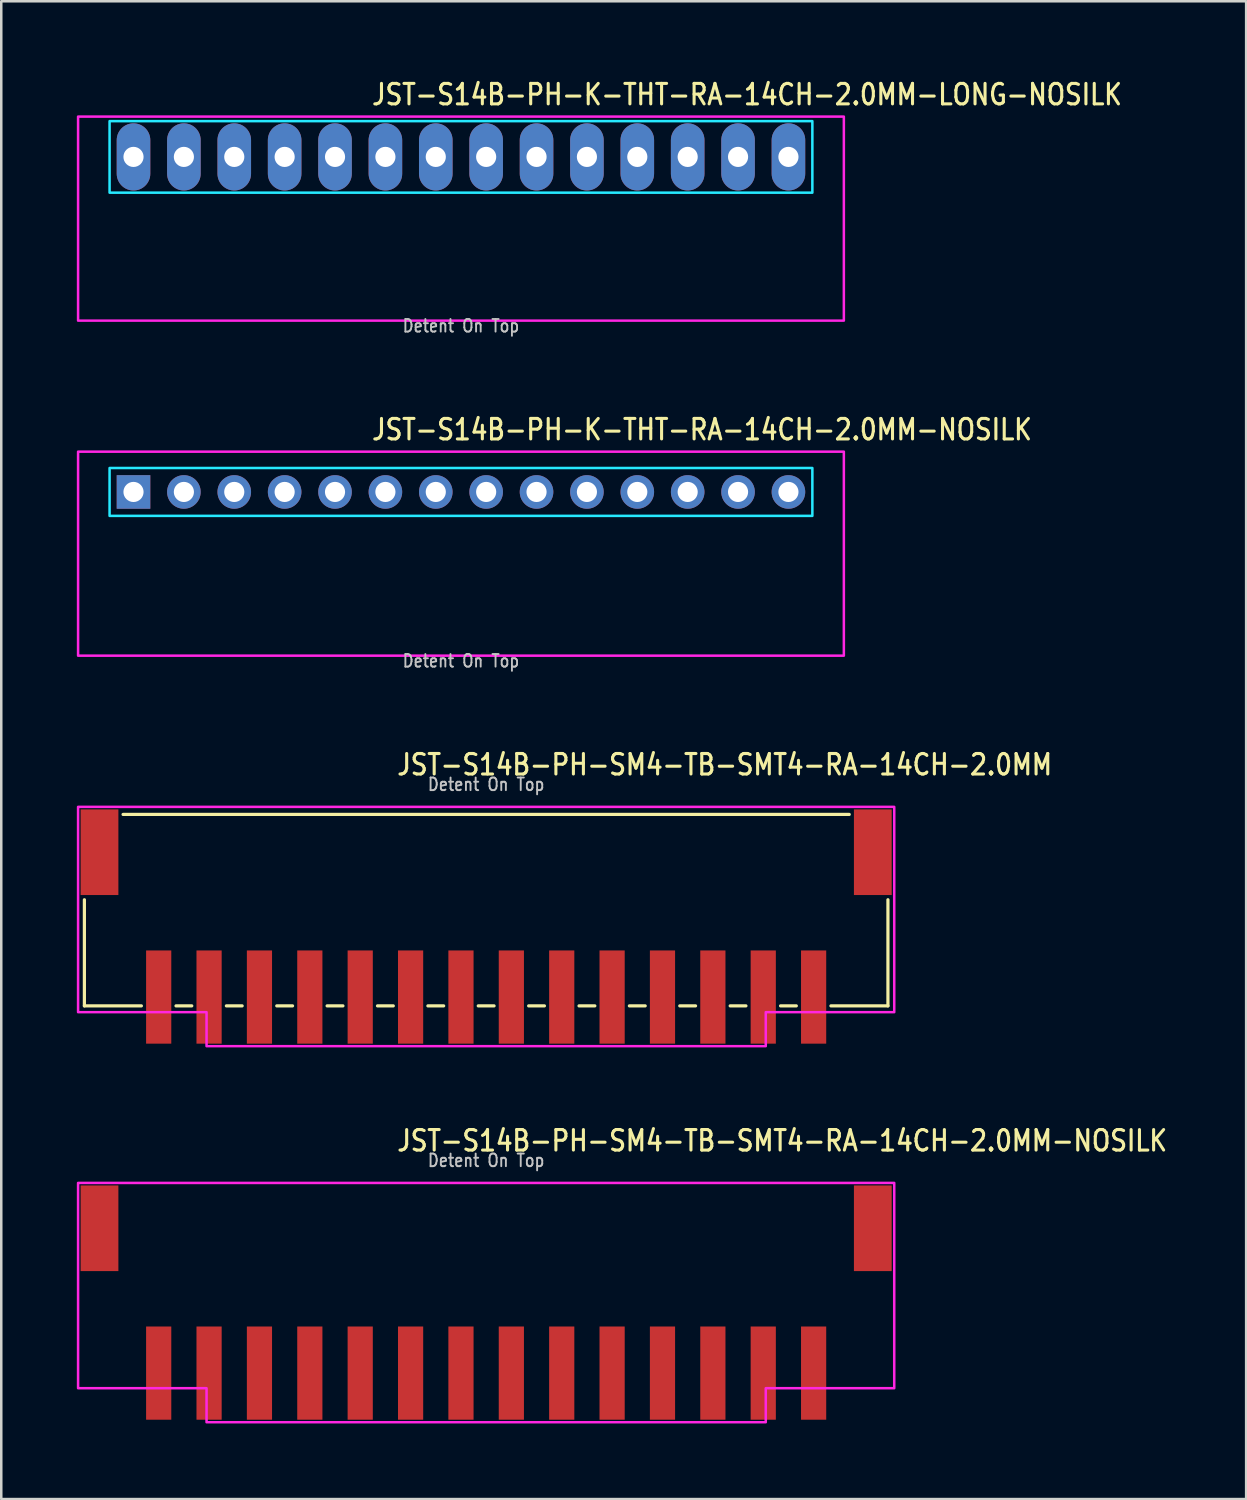
<source format=kicad_pcb>
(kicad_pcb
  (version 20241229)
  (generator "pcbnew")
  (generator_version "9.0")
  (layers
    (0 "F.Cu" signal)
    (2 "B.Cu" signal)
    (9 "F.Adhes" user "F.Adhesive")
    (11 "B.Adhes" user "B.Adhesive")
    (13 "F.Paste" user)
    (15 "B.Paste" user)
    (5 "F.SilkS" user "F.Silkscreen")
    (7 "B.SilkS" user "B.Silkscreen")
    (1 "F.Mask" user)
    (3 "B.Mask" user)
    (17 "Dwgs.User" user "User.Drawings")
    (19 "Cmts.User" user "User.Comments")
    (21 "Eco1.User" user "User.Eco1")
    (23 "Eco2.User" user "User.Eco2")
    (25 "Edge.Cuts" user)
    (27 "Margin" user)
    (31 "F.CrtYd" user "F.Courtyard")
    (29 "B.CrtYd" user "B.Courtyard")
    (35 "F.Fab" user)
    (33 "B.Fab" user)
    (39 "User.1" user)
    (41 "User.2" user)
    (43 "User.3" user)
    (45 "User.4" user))
  (footprint "JST-S14B-PH-K-THT-RA-14CH-2.0MM-NOSILK"
    (layer "F.Cu")
    (at 15.25 16.48)
    (property "Reference" "JST-S14B-PH-K-THT-RA-14CH-2.0MM-NOSILK" (at -3.6 -2 0) (unlocked yes) (layer "F.SilkS") (effects (font (size 0.813 0.695) (thickness 0.122)) (justify left bottom)))
    (fp_poly (pts (xy -13.95 -0.95) (xy -13.95 0.95) (xy 13.95 0.95) (xy 13.95 -0.95)) (stroke (width 0.1) (type solid)) (fill no) (layer "B.CrtYd"))
    (fp_poly (pts (xy -15.2 -1.6) (xy -15.2 6.5) (xy 15.2 6.5) (xy 15.2 -1.6)) (stroke (width 0.1) (type solid)) (fill no) (layer "F.CrtYd"))
    (fp_text user "Detent On Top" (at 0 7 0) (unlocked yes) (layer "Dwgs.User") (effects (font (size 0.5 0.427) (thickness 0.075)) (justify bottom)))
    (pad "P$1" thru_hole rect (at -13 0) (size 1.333 1.333) (drill 0.8) (layers "*.Cu" "*.Mask"))
    (pad "P$2" thru_hole oval (at -11 0) (size 1.333 1.333) (drill 0.8) (layers "*.Cu" "*.Mask"))
    (pad "P$3" thru_hole oval (at -9 0) (size 1.333 1.333) (drill 0.8) (layers "*.Cu" "*.Mask"))
    (pad "P$4" thru_hole oval (at -7 0) (size 1.333 1.333) (drill 0.8) (layers "*.Cu" "*.Mask"))
    (pad "P$5" thru_hole oval (at -5 0) (size 1.333 1.333) (drill 0.8) (layers "*.Cu" "*.Mask"))
    (pad "P$6" thru_hole oval (at -3 0) (size 1.333 1.333) (drill 0.8) (layers "*.Cu" "*.Mask"))
    (pad "P$7" thru_hole oval (at -1 0) (size 1.333 1.333) (drill 0.8) (layers "*.Cu" "*.Mask"))
    (pad "P$8" thru_hole oval (at 1 0) (size 1.333 1.333) (drill 0.8) (layers "*.Cu" "*.Mask"))
    (pad "P$9" thru_hole oval (at 3 0) (size 1.333 1.333) (drill 0.8) (layers "*.Cu" "*.Mask"))
    (pad "P$10" thru_hole oval (at 5 0) (size 1.333 1.333) (drill 0.8) (layers "*.Cu" "*.Mask"))
    (pad "P$11" thru_hole oval (at 7 0) (size 1.333 1.333) (drill 0.8) (layers "*.Cu" "*.Mask"))
    (pad "P$12" thru_hole oval (at 9 0) (size 1.333 1.333) (drill 0.8) (layers "*.Cu" "*.Mask"))
    (pad "P$13" thru_hole oval (at 11 0) (size 1.333 1.333) (drill 0.8) (layers "*.Cu" "*.Mask"))
    (pad "P$14" thru_hole oval (at 13 0) (size 1.333 1.333) (drill 0.8) (layers "*.Cu" "*.Mask")))
  (footprint "JST-S14B-PH-SM4-TB-SMT4-RA-14CH-2.0MM-NOSILK"
    (layer "F.Cu")
    (at 16.25 45.711)
    (property "Reference" "JST-S14B-PH-SM4-TB-SMT4-RA-14CH-2.0MM-NOSILK" (at -3.6 -3 0) (unlocked yes) (layer "F.SilkS") (effects (font (size 0.813 0.695) (thickness 0.122)) (justify left bottom)))
    (fp_poly (pts (xy -16.2 -1.8) (xy -16.2 6.35) (xy -11.1 6.35) (xy -11.1 7.7) (xy 11.1 7.7) (xy 11.1 6.35) (xy 16.2 6.35) (xy 16.2 -1.8)) (stroke (width 0.1) (type solid)) (fill no) (layer "F.CrtYd"))
    (fp_text user "Detent On Top" (at 0 -2.4 0) (unlocked yes) (layer "Dwgs.User") (effects (font (size 0.5 0.427) (thickness 0.075)) (justify bottom)))
    (pad "P$1" smd rect (at 13 5.75) (size 1 3.7) (layers "F.Cu" "F.Mask" "F.Paste"))
    (pad "P$2" smd rect (at 11 5.75) (size 1 3.7) (layers "F.Cu" "F.Mask" "F.Paste"))
    (pad "P$3" smd rect (at 9 5.75) (size 1 3.7) (layers "F.Cu" "F.Mask" "F.Paste"))
    (pad "P$4" smd rect (at 7 5.75) (size 1 3.7) (layers "F.Cu" "F.Mask" "F.Paste"))
    (pad "P$5" smd rect (at 5 5.75) (size 1 3.7) (layers "F.Cu" "F.Mask" "F.Paste"))
    (pad "P$6" smd rect (at 3 5.75) (size 1 3.7) (layers "F.Cu" "F.Mask" "F.Paste"))
    (pad "P$7" smd rect (at 1 5.75) (size 1 3.7) (layers "F.Cu" "F.Mask" "F.Paste"))
    (pad "P$8" smd rect (at -1 5.75) (size 1 3.7) (layers "F.Cu" "F.Mask" "F.Paste"))
    (pad "P$9" smd rect (at -3 5.75) (size 1 3.7) (layers "F.Cu" "F.Mask" "F.Paste"))
    (pad "P$10" smd rect (at -5 5.75) (size 1 3.7) (layers "F.Cu" "F.Mask" "F.Paste"))
    (pad "P$11" smd rect (at -7 5.75) (size 1 3.7) (layers "F.Cu" "F.Mask" "F.Paste"))
    (pad "P$12" smd rect (at -9 5.75) (size 1 3.7) (layers "F.Cu" "F.Mask" "F.Paste"))
    (pad "P$13" smd rect (at -11 5.75) (size 1 3.7) (layers "F.Cu" "F.Mask" "F.Paste"))
    (pad "P$14" smd rect (at -13 5.75) (size 1 3.7) (layers "F.Cu" "F.Mask" "F.Paste"))
    (pad "S$1" smd rect (at -15.35 0) (size 1.5 3.4) (layers "F.Cu" "F.Mask" "F.Paste"))
    (pad "S$2" smd rect (at 15.35 0) (size 1.5 3.4) (layers "F.Cu" "F.Mask" "F.Paste")))
  (footprint "JST-S14B-PH-K-THT-RA-14CH-2.0MM-LONG-NOSILK"
    (layer "F.Cu")
    (at 15.25 3.179)
    (property "Reference" "JST-S14B-PH-K-THT-RA-14CH-2.0MM-LONG-NOSILK" (at -3.6 -2 0) (unlocked yes) (layer "F.SilkS") (effects (font (size 0.813 0.695) (thickness 0.122)) (justify left bottom)))
    (fp_poly (pts (xy -13.95 -1.42) (xy -13.95 1.42) (xy 13.95 1.42) (xy 13.95 -1.42)) (stroke (width 0.1) (type solid)) (fill no) (layer "B.CrtYd"))
    (fp_poly (pts (xy -15.2 -1.6) (xy -15.2 6.5) (xy 15.2 6.5) (xy 15.2 -1.6)) (stroke (width 0.1) (type solid)) (fill no) (layer "F.CrtYd"))
    (fp_text user "Detent On Top" (at 0 7 0) (unlocked yes) (layer "Dwgs.User") (effects (font (size 0.5 0.427) (thickness 0.075)) (justify bottom)))
    (pad "P$1" thru_hole oval (at -13 0 90) (size 2.667 1.333) (drill 0.8) (layers "*.Cu" "*.Mask"))
    (pad "P$2" thru_hole oval (at -11 0 90) (size 2.667 1.333) (drill 0.8) (layers "*.Cu" "*.Mask"))
    (pad "P$3" thru_hole oval (at -9 0 90) (size 2.667 1.333) (drill 0.8) (layers "*.Cu" "*.Mask"))
    (pad "P$4" thru_hole oval (at -7 0 90) (size 2.667 1.333) (drill 0.8) (layers "*.Cu" "*.Mask"))
    (pad "P$5" thru_hole oval (at -5 0 90) (size 2.667 1.333) (drill 0.8) (layers "*.Cu" "*.Mask"))
    (pad "P$6" thru_hole oval (at -3 0 90) (size 2.667 1.333) (drill 0.8) (layers "*.Cu" "*.Mask"))
    (pad "P$7" thru_hole oval (at -1 0 90) (size 2.667 1.333) (drill 0.8) (layers "*.Cu" "*.Mask"))
    (pad "P$8" thru_hole oval (at 1 0 90) (size 2.667 1.333) (drill 0.8) (layers "*.Cu" "*.Mask"))
    (pad "P$9" thru_hole oval (at 3 0 90) (size 2.667 1.333) (drill 0.8) (layers "*.Cu" "*.Mask"))
    (pad "P$10" thru_hole oval (at 5 0 90) (size 2.667 1.333) (drill 0.8) (layers "*.Cu" "*.Mask"))
    (pad "P$11" thru_hole oval (at 7 0 90) (size 2.667 1.333) (drill 0.8) (layers "*.Cu" "*.Mask"))
    (pad "P$12" thru_hole oval (at 9 0 90) (size 2.667 1.333) (drill 0.8) (layers "*.Cu" "*.Mask"))
    (pad "P$13" thru_hole oval (at 11 0 90) (size 2.667 1.333) (drill 0.8) (layers "*.Cu" "*.Mask"))
    (pad "P$14" thru_hole oval (at 13 0 90) (size 2.667 1.333) (drill 0.8) (layers "*.Cu" "*.Mask")))
  (footprint "JST-S14B-PH-SM4-TB-SMT4-RA-14CH-2.0MM"
    (layer "F.Cu")
    (at 16.25 30.782)
    (property "Reference" "JST-S14B-PH-SM4-TB-SMT4-RA-14CH-2.0MM" (at -3.6 -3 0) (unlocked yes) (layer "F.SilkS") (effects (font (size 0.813 0.695) (thickness 0.122)) (justify left bottom)))
    (fp_line (start -15.95 6.1) (end -15.95 1.887) (stroke (width 0.127) (type solid)) (layer "F.SilkS"))
    (fp_line (start -15.95 6.1) (end -13.687 6.1) (stroke (width 0.127) (type solid)) (layer "F.SilkS"))
    (fp_line (start -14.414 -1.5) (end 14.414 -1.5) (stroke (width 0.127) (type solid)) (layer "F.SilkS"))
    (fp_line (start -12.313 6.1) (end -11.687 6.1) (stroke (width 0.127) (type solid)) (layer "F.SilkS"))
    (fp_line (start -10.313 6.1) (end -9.687 6.1) (stroke (width 0.127) (type solid)) (layer "F.SilkS"))
    (fp_line (start -8.313 6.1) (end -7.686 6.1) (stroke (width 0.127) (type solid)) (layer "F.SilkS"))
    (fp_line (start -6.314 6.1) (end -5.686 6.1) (stroke (width 0.127) (type solid)) (layer "F.SilkS"))
    (fp_line (start -4.314 6.1) (end -3.687 6.1) (stroke (width 0.127) (type solid)) (layer "F.SilkS"))
    (fp_line (start -2.313 6.1) (end -1.687 6.1) (stroke (width 0.127) (type solid)) (layer "F.SilkS"))
    (fp_line (start -0.314 6.1) (end 0.314 6.1) (stroke (width 0.127) (type solid)) (layer "F.SilkS"))
    (fp_line (start 1.687 6.1) (end 2.313 6.1) (stroke (width 0.127) (type solid)) (layer "F.SilkS"))
    (fp_line (start 3.687 6.1) (end 4.314 6.1) (stroke (width 0.127) (type solid)) (layer "F.SilkS"))
    (fp_line (start 5.686 6.1) (end 6.314 6.1) (stroke (width 0.127) (type solid)) (layer "F.SilkS"))
    (fp_line (start 7.686 6.1) (end 8.313 6.1) (stroke (width 0.127) (type solid)) (layer "F.SilkS"))
    (fp_line (start 9.687 6.1) (end 10.313 6.1) (stroke (width 0.127) (type solid)) (layer "F.SilkS"))
    (fp_line (start 11.687 6.1) (end 12.313 6.1) (stroke (width 0.127) (type solid)) (layer "F.SilkS"))
    (fp_line (start 13.687 6.1) (end 15.95 6.1) (stroke (width 0.127) (type solid)) (layer "F.SilkS"))
    (fp_line (start 15.95 1.887) (end 15.95 6.1) (stroke (width 0.127) (type solid)) (layer "F.SilkS"))
    (fp_poly (pts (xy -16.2 -1.8) (xy -16.2 6.35) (xy -11.1 6.35) (xy -11.1 7.7) (xy 11.1 7.7) (xy 11.1 6.35) (xy 16.2 6.35) (xy 16.2 -1.8)) (stroke (width 0.1) (type solid)) (fill no) (layer "F.CrtYd"))
    (fp_text user "Detent On Top" (at 0 -2.4 0) (unlocked yes) (layer "Dwgs.User") (effects (font (size 0.5 0.427) (thickness 0.075)) (justify bottom)))
    (pad "P$1" smd rect (at 13 5.75) (size 1 3.7) (layers "F.Cu" "F.Mask" "F.Paste"))
    (pad "P$2" smd rect (at 11 5.75) (size 1 3.7) (layers "F.Cu" "F.Mask" "F.Paste"))
    (pad "P$3" smd rect (at 9 5.75) (size 1 3.7) (layers "F.Cu" "F.Mask" "F.Paste"))
    (pad "P$4" smd rect (at 7 5.75) (size 1 3.7) (layers "F.Cu" "F.Mask" "F.Paste"))
    (pad "P$5" smd rect (at 5 5.75) (size 1 3.7) (layers "F.Cu" "F.Mask" "F.Paste"))
    (pad "P$6" smd rect (at 3 5.75) (size 1 3.7) (layers "F.Cu" "F.Mask" "F.Paste"))
    (pad "P$7" smd rect (at 1 5.75) (size 1 3.7) (layers "F.Cu" "F.Mask" "F.Paste"))
    (pad "P$8" smd rect (at -1 5.75) (size 1 3.7) (layers "F.Cu" "F.Mask" "F.Paste"))
    (pad "P$9" smd rect (at -3 5.75) (size 1 3.7) (layers "F.Cu" "F.Mask" "F.Paste"))
    (pad "P$10" smd rect (at -5 5.75) (size 1 3.7) (layers "F.Cu" "F.Mask" "F.Paste"))
    (pad "P$11" smd rect (at -7 5.75) (size 1 3.7) (layers "F.Cu" "F.Mask" "F.Paste"))
    (pad "P$12" smd rect (at -9 5.75) (size 1 3.7) (layers "F.Cu" "F.Mask" "F.Paste"))
    (pad "P$13" smd rect (at -11 5.75) (size 1 3.7) (layers "F.Cu" "F.Mask" "F.Paste"))
    (pad "P$14" smd rect (at -13 5.75) (size 1 3.7) (layers "F.Cu" "F.Mask" "F.Paste"))
    (pad "S$1" smd rect (at -15.35 0) (size 1.5 3.4) (layers "F.Cu" "F.Mask" "F.Paste"))
    (pad "S$2" smd rect (at 15.35 0) (size 1.5 3.4) (layers "F.Cu" "F.Mask" "F.Paste")))
  (gr_rect
    (start -3 -3)
    (end 46.421 56.461)
    (stroke (width 0.1) (type default))
    (fill no)
    (layer "Edge.Cuts")))
</source>
